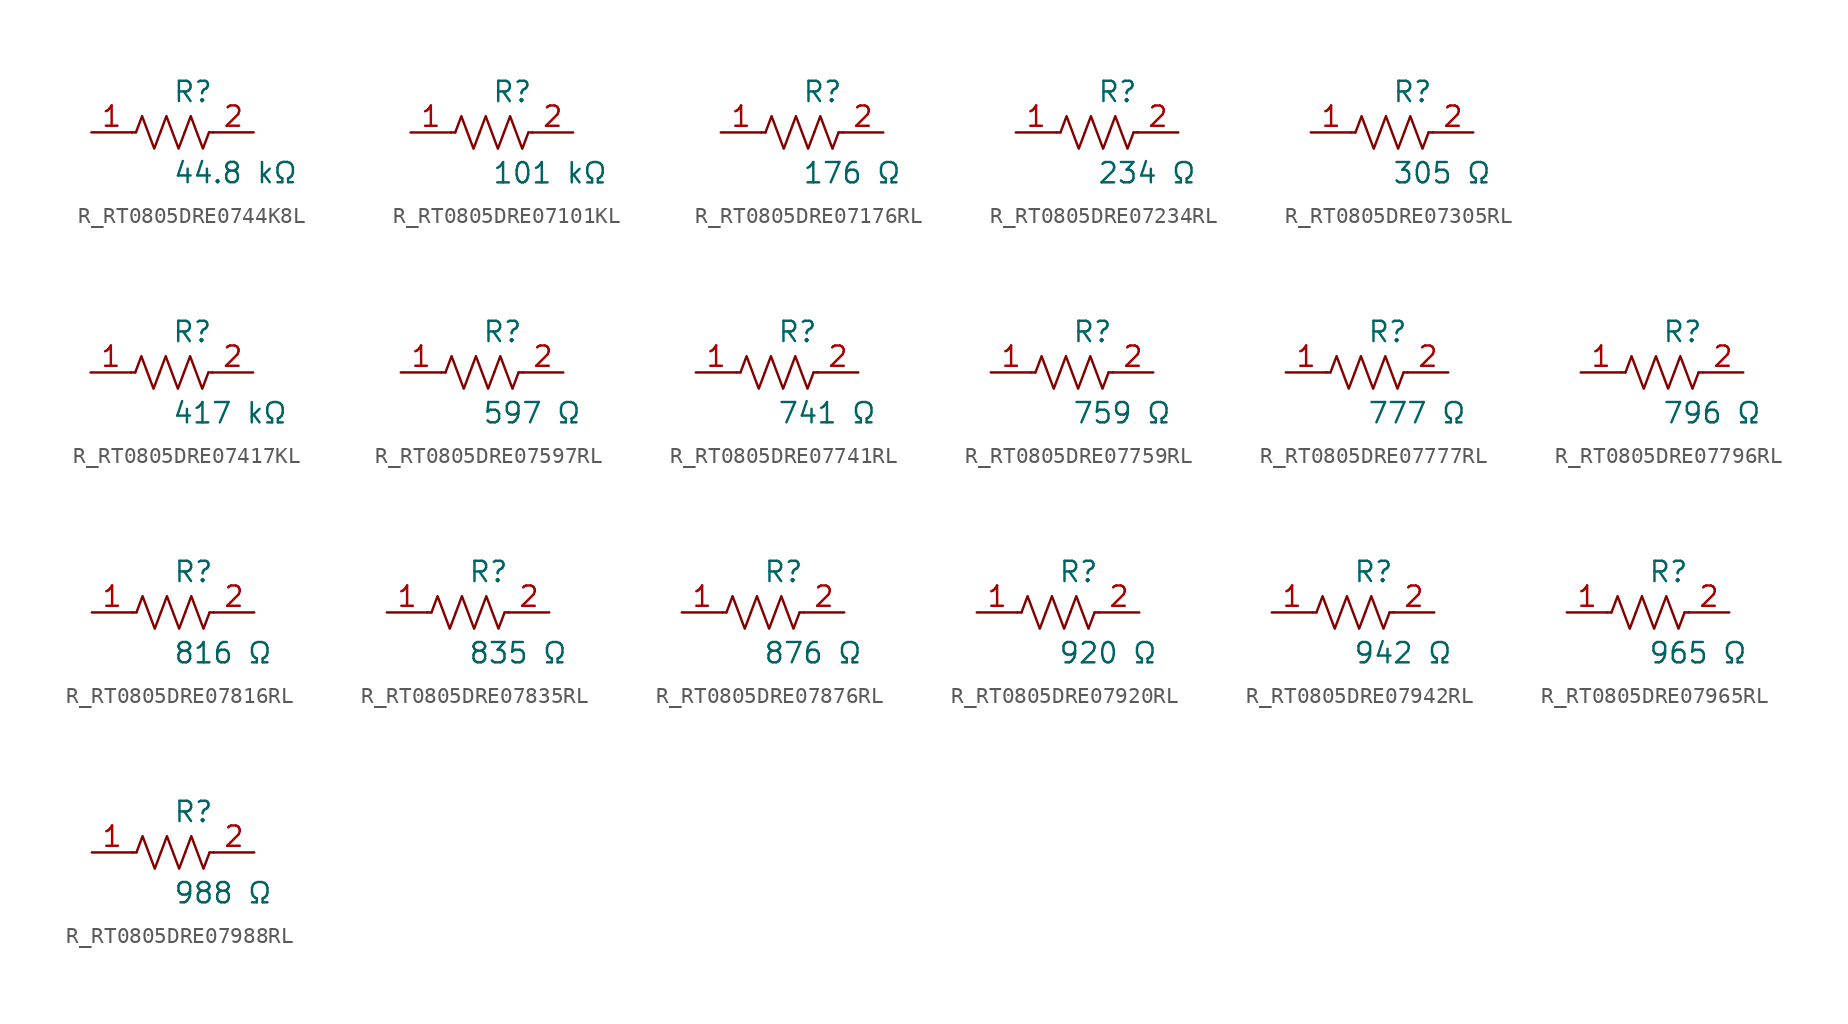
<source format=kicad_sym>
(kicad_symbol_lib
  (version 20231120)
  (generator kicad_symbol_editor)
  (generator_version 8.0)
  (symbol "R_RT0805DRE0744K8L"
    (pin_names
      (offset 0.254))
    (property "Reference" "R"
      (at 0 2.54 0)
      (effects (font (size 1.27 1.27)) (justify left)))
    (property "Value" "44.8 kΩ"
      (at 0 -2.54 0)
      (effects (font (size 1.27 1.27)) (justify left)))
    (symbol "R_RT0805DRE0744K8L_0_1"
      (polyline (pts (xy 2.286 0) (xy 2.54 0)) (stroke (width 0) (type default)) (fill (type none)))
      (polyline (pts (xy -2.286 0) (xy -2.54 0)) (stroke (width 0) (type default)) (fill (type none)))
      (polyline (pts (xy 0.762 0) (xy 1.143 1.016) (xy 1.524 0) (xy 1.905 -1.016) (xy 2.286 0)) (stroke (width 0) (type default)) (fill (type none)))
      (polyline (pts (xy -0.762 0) (xy -0.381 1.016) (xy 0 0) (xy 0.381 -1.016) (xy 0.762 0)) (stroke (width 0) (type default)) (fill (type none)))
      (polyline (pts (xy -2.286 0) (xy -1.905 1.016) (xy -1.524 0) (xy -1.143 -1.016) (xy -0.762 0)) (stroke (width 0) (type default)) (fill (type none))))
    (pin passive line
      (at -5.08 0 0)
      (length 2.54)
      (name "" (effects (font (size 1.27 1.27))))
      (number "1" (effects (font (size 1.27 1.27)))))
    (pin passive line
      (at 5.08 0 180)
      (length 2.54)
      (name "" (effects (font (size 1.27 1.27))))
      (number "2" (effects (font (size 1.27 1.27))))))
  (symbol "R_RT0805DRE07101KL"
    (pin_names
      (offset 0.254))
    (property "Reference" "R"
      (at 0 2.54 0)
      (effects (font (size 1.27 1.27)) (justify left)))
    (property "Value" "101 kΩ"
      (at 0 -2.54 0)
      (effects (font (size 1.27 1.27)) (justify left)))
    (symbol "R_RT0805DRE07101KL_0_1"
      (polyline (pts (xy 2.286 0) (xy 2.54 0)) (stroke (width 0) (type default)) (fill (type none)))
      (polyline (pts (xy -2.286 0) (xy -2.54 0)) (stroke (width 0) (type default)) (fill (type none)))
      (polyline (pts (xy 0.762 0) (xy 1.143 1.016) (xy 1.524 0) (xy 1.905 -1.016) (xy 2.286 0)) (stroke (width 0) (type default)) (fill (type none)))
      (polyline (pts (xy -0.762 0) (xy -0.381 1.016) (xy 0 0) (xy 0.381 -1.016) (xy 0.762 0)) (stroke (width 0) (type default)) (fill (type none)))
      (polyline (pts (xy -2.286 0) (xy -1.905 1.016) (xy -1.524 0) (xy -1.143 -1.016) (xy -0.762 0)) (stroke (width 0) (type default)) (fill (type none))))
    (pin passive line
      (at -5.08 0 0)
      (length 2.54)
      (name "" (effects (font (size 1.27 1.27))))
      (number "1" (effects (font (size 1.27 1.27)))))
    (pin passive line
      (at 5.08 0 180)
      (length 2.54)
      (name "" (effects (font (size 1.27 1.27))))
      (number "2" (effects (font (size 1.27 1.27))))))
  (symbol "R_RT0805DRE07176RL"
    (pin_names
      (offset 0.254))
    (property "Reference" "R"
      (at 0 2.54 0)
      (effects (font (size 1.27 1.27)) (justify left)))
    (property "Value" "176 Ω"
      (at 0 -2.54 0)
      (effects (font (size 1.27 1.27)) (justify left)))
    (symbol "R_RT0805DRE07176RL_0_1"
      (polyline (pts (xy 2.286 0) (xy 2.54 0)) (stroke (width 0) (type default)) (fill (type none)))
      (polyline (pts (xy -2.286 0) (xy -2.54 0)) (stroke (width 0) (type default)) (fill (type none)))
      (polyline (pts (xy 0.762 0) (xy 1.143 1.016) (xy 1.524 0) (xy 1.905 -1.016) (xy 2.286 0)) (stroke (width 0) (type default)) (fill (type none)))
      (polyline (pts (xy -0.762 0) (xy -0.381 1.016) (xy 0 0) (xy 0.381 -1.016) (xy 0.762 0)) (stroke (width 0) (type default)) (fill (type none)))
      (polyline (pts (xy -2.286 0) (xy -1.905 1.016) (xy -1.524 0) (xy -1.143 -1.016) (xy -0.762 0)) (stroke (width 0) (type default)) (fill (type none))))
    (pin passive line
      (at -5.08 0 0)
      (length 2.54)
      (name "" (effects (font (size 1.27 1.27))))
      (number "1" (effects (font (size 1.27 1.27)))))
    (pin passive line
      (at 5.08 0 180)
      (length 2.54)
      (name "" (effects (font (size 1.27 1.27))))
      (number "2" (effects (font (size 1.27 1.27))))))
  (symbol "R_RT0805DRE07234RL"
    (pin_names
      (offset 0.254))
    (property "Reference" "R"
      (at 0 2.54 0)
      (effects (font (size 1.27 1.27)) (justify left)))
    (property "Value" "234 Ω"
      (at 0 -2.54 0)
      (effects (font (size 1.27 1.27)) (justify left)))
    (symbol "R_RT0805DRE07234RL_0_1"
      (polyline (pts (xy 2.286 0) (xy 2.54 0)) (stroke (width 0) (type default)) (fill (type none)))
      (polyline (pts (xy -2.286 0) (xy -2.54 0)) (stroke (width 0) (type default)) (fill (type none)))
      (polyline (pts (xy 0.762 0) (xy 1.143 1.016) (xy 1.524 0) (xy 1.905 -1.016) (xy 2.286 0)) (stroke (width 0) (type default)) (fill (type none)))
      (polyline (pts (xy -0.762 0) (xy -0.381 1.016) (xy 0 0) (xy 0.381 -1.016) (xy 0.762 0)) (stroke (width 0) (type default)) (fill (type none)))
      (polyline (pts (xy -2.286 0) (xy -1.905 1.016) (xy -1.524 0) (xy -1.143 -1.016) (xy -0.762 0)) (stroke (width 0) (type default)) (fill (type none))))
    (pin passive line
      (at -5.08 0 0)
      (length 2.54)
      (name "" (effects (font (size 1.27 1.27))))
      (number "1" (effects (font (size 1.27 1.27)))))
    (pin passive line
      (at 5.08 0 180)
      (length 2.54)
      (name "" (effects (font (size 1.27 1.27))))
      (number "2" (effects (font (size 1.27 1.27))))))
  (symbol "R_RT0805DRE07305RL"
    (pin_names
      (offset 0.254))
    (property "Reference" "R"
      (at 0 2.54 0)
      (effects (font (size 1.27 1.27)) (justify left)))
    (property "Value" "305 Ω"
      (at 0 -2.54 0)
      (effects (font (size 1.27 1.27)) (justify left)))
    (symbol "R_RT0805DRE07305RL_0_1"
      (polyline (pts (xy 2.286 0) (xy 2.54 0)) (stroke (width 0) (type default)) (fill (type none)))
      (polyline (pts (xy -2.286 0) (xy -2.54 0)) (stroke (width 0) (type default)) (fill (type none)))
      (polyline (pts (xy 0.762 0) (xy 1.143 1.016) (xy 1.524 0) (xy 1.905 -1.016) (xy 2.286 0)) (stroke (width 0) (type default)) (fill (type none)))
      (polyline (pts (xy -0.762 0) (xy -0.381 1.016) (xy 0 0) (xy 0.381 -1.016) (xy 0.762 0)) (stroke (width 0) (type default)) (fill (type none)))
      (polyline (pts (xy -2.286 0) (xy -1.905 1.016) (xy -1.524 0) (xy -1.143 -1.016) (xy -0.762 0)) (stroke (width 0) (type default)) (fill (type none))))
    (pin passive line
      (at -5.08 0 0)
      (length 2.54)
      (name "" (effects (font (size 1.27 1.27))))
      (number "1" (effects (font (size 1.27 1.27)))))
    (pin passive line
      (at 5.08 0 180)
      (length 2.54)
      (name "" (effects (font (size 1.27 1.27))))
      (number "2" (effects (font (size 1.27 1.27))))))
  (symbol "R_RT0805DRE07417KL"
    (pin_names
      (offset 0.254))
    (property "Reference" "R"
      (at 0 2.54 0)
      (effects (font (size 1.27 1.27)) (justify left)))
    (property "Value" "417 kΩ"
      (at 0 -2.54 0)
      (effects (font (size 1.27 1.27)) (justify left)))
    (symbol "R_RT0805DRE07417KL_0_1"
      (polyline (pts (xy 2.286 0) (xy 2.54 0)) (stroke (width 0) (type default)) (fill (type none)))
      (polyline (pts (xy -2.286 0) (xy -2.54 0)) (stroke (width 0) (type default)) (fill (type none)))
      (polyline (pts (xy 0.762 0) (xy 1.143 1.016) (xy 1.524 0) (xy 1.905 -1.016) (xy 2.286 0)) (stroke (width 0) (type default)) (fill (type none)))
      (polyline (pts (xy -0.762 0) (xy -0.381 1.016) (xy 0 0) (xy 0.381 -1.016) (xy 0.762 0)) (stroke (width 0) (type default)) (fill (type none)))
      (polyline (pts (xy -2.286 0) (xy -1.905 1.016) (xy -1.524 0) (xy -1.143 -1.016) (xy -0.762 0)) (stroke (width 0) (type default)) (fill (type none))))
    (pin passive line
      (at -5.08 0 0)
      (length 2.54)
      (name "" (effects (font (size 1.27 1.27))))
      (number "1" (effects (font (size 1.27 1.27)))))
    (pin passive line
      (at 5.08 0 180)
      (length 2.54)
      (name "" (effects (font (size 1.27 1.27))))
      (number "2" (effects (font (size 1.27 1.27))))))
  (symbol "R_RT0805DRE07597RL"
    (pin_names
      (offset 0.254))
    (property "Reference" "R"
      (at 0 2.54 0)
      (effects (font (size 1.27 1.27)) (justify left)))
    (property "Value" "597 Ω"
      (at 0 -2.54 0)
      (effects (font (size 1.27 1.27)) (justify left)))
    (symbol "R_RT0805DRE07597RL_0_1"
      (polyline (pts (xy 2.286 0) (xy 2.54 0)) (stroke (width 0) (type default)) (fill (type none)))
      (polyline (pts (xy -2.286 0) (xy -2.54 0)) (stroke (width 0) (type default)) (fill (type none)))
      (polyline (pts (xy 0.762 0) (xy 1.143 1.016) (xy 1.524 0) (xy 1.905 -1.016) (xy 2.286 0)) (stroke (width 0) (type default)) (fill (type none)))
      (polyline (pts (xy -0.762 0) (xy -0.381 1.016) (xy 0 0) (xy 0.381 -1.016) (xy 0.762 0)) (stroke (width 0) (type default)) (fill (type none)))
      (polyline (pts (xy -2.286 0) (xy -1.905 1.016) (xy -1.524 0) (xy -1.143 -1.016) (xy -0.762 0)) (stroke (width 0) (type default)) (fill (type none))))
    (pin passive line
      (at -5.08 0 0)
      (length 2.54)
      (name "" (effects (font (size 1.27 1.27))))
      (number "1" (effects (font (size 1.27 1.27)))))
    (pin passive line
      (at 5.08 0 180)
      (length 2.54)
      (name "" (effects (font (size 1.27 1.27))))
      (number "2" (effects (font (size 1.27 1.27))))))
  (symbol "R_RT0805DRE07741RL"
    (pin_names
      (offset 0.254))
    (property "Reference" "R"
      (at 0 2.54 0)
      (effects (font (size 1.27 1.27)) (justify left)))
    (property "Value" "741 Ω"
      (at 0 -2.54 0)
      (effects (font (size 1.27 1.27)) (justify left)))
    (symbol "R_RT0805DRE07741RL_0_1"
      (polyline (pts (xy 2.286 0) (xy 2.54 0)) (stroke (width 0) (type default)) (fill (type none)))
      (polyline (pts (xy -2.286 0) (xy -2.54 0)) (stroke (width 0) (type default)) (fill (type none)))
      (polyline (pts (xy 0.762 0) (xy 1.143 1.016) (xy 1.524 0) (xy 1.905 -1.016) (xy 2.286 0)) (stroke (width 0) (type default)) (fill (type none)))
      (polyline (pts (xy -0.762 0) (xy -0.381 1.016) (xy 0 0) (xy 0.381 -1.016) (xy 0.762 0)) (stroke (width 0) (type default)) (fill (type none)))
      (polyline (pts (xy -2.286 0) (xy -1.905 1.016) (xy -1.524 0) (xy -1.143 -1.016) (xy -0.762 0)) (stroke (width 0) (type default)) (fill (type none))))
    (pin passive line
      (at -5.08 0 0)
      (length 2.54)
      (name "" (effects (font (size 1.27 1.27))))
      (number "1" (effects (font (size 1.27 1.27)))))
    (pin passive line
      (at 5.08 0 180)
      (length 2.54)
      (name "" (effects (font (size 1.27 1.27))))
      (number "2" (effects (font (size 1.27 1.27))))))
  (symbol "R_RT0805DRE07759RL"
    (pin_names
      (offset 0.254))
    (property "Reference" "R"
      (at 0 2.54 0)
      (effects (font (size 1.27 1.27)) (justify left)))
    (property "Value" "759 Ω"
      (at 0 -2.54 0)
      (effects (font (size 1.27 1.27)) (justify left)))
    (symbol "R_RT0805DRE07759RL_0_1"
      (polyline (pts (xy 2.286 0) (xy 2.54 0)) (stroke (width 0) (type default)) (fill (type none)))
      (polyline (pts (xy -2.286 0) (xy -2.54 0)) (stroke (width 0) (type default)) (fill (type none)))
      (polyline (pts (xy 0.762 0) (xy 1.143 1.016) (xy 1.524 0) (xy 1.905 -1.016) (xy 2.286 0)) (stroke (width 0) (type default)) (fill (type none)))
      (polyline (pts (xy -0.762 0) (xy -0.381 1.016) (xy 0 0) (xy 0.381 -1.016) (xy 0.762 0)) (stroke (width 0) (type default)) (fill (type none)))
      (polyline (pts (xy -2.286 0) (xy -1.905 1.016) (xy -1.524 0) (xy -1.143 -1.016) (xy -0.762 0)) (stroke (width 0) (type default)) (fill (type none))))
    (pin passive line
      (at -5.08 0 0)
      (length 2.54)
      (name "" (effects (font (size 1.27 1.27))))
      (number "1" (effects (font (size 1.27 1.27)))))
    (pin passive line
      (at 5.08 0 180)
      (length 2.54)
      (name "" (effects (font (size 1.27 1.27))))
      (number "2" (effects (font (size 1.27 1.27))))))
  (symbol "R_RT0805DRE07777RL"
    (pin_names
      (offset 0.254))
    (property "Reference" "R"
      (at 0 2.54 0)
      (effects (font (size 1.27 1.27)) (justify left)))
    (property "Value" "777 Ω"
      (at 0 -2.54 0)
      (effects (font (size 1.27 1.27)) (justify left)))
    (symbol "R_RT0805DRE07777RL_0_1"
      (polyline (pts (xy 2.286 0) (xy 2.54 0)) (stroke (width 0) (type default)) (fill (type none)))
      (polyline (pts (xy -2.286 0) (xy -2.54 0)) (stroke (width 0) (type default)) (fill (type none)))
      (polyline (pts (xy 0.762 0) (xy 1.143 1.016) (xy 1.524 0) (xy 1.905 -1.016) (xy 2.286 0)) (stroke (width 0) (type default)) (fill (type none)))
      (polyline (pts (xy -0.762 0) (xy -0.381 1.016) (xy 0 0) (xy 0.381 -1.016) (xy 0.762 0)) (stroke (width 0) (type default)) (fill (type none)))
      (polyline (pts (xy -2.286 0) (xy -1.905 1.016) (xy -1.524 0) (xy -1.143 -1.016) (xy -0.762 0)) (stroke (width 0) (type default)) (fill (type none))))
    (pin passive line
      (at -5.08 0 0)
      (length 2.54)
      (name "" (effects (font (size 1.27 1.27))))
      (number "1" (effects (font (size 1.27 1.27)))))
    (pin passive line
      (at 5.08 0 180)
      (length 2.54)
      (name "" (effects (font (size 1.27 1.27))))
      (number "2" (effects (font (size 1.27 1.27))))))
  (symbol "R_RT0805DRE07796RL"
    (pin_names
      (offset 0.254))
    (property "Reference" "R"
      (at 0 2.54 0)
      (effects (font (size 1.27 1.27)) (justify left)))
    (property "Value" "796 Ω"
      (at 0 -2.54 0)
      (effects (font (size 1.27 1.27)) (justify left)))
    (symbol "R_RT0805DRE07796RL_0_1"
      (polyline (pts (xy 2.286 0) (xy 2.54 0)) (stroke (width 0) (type default)) (fill (type none)))
      (polyline (pts (xy -2.286 0) (xy -2.54 0)) (stroke (width 0) (type default)) (fill (type none)))
      (polyline (pts (xy 0.762 0) (xy 1.143 1.016) (xy 1.524 0) (xy 1.905 -1.016) (xy 2.286 0)) (stroke (width 0) (type default)) (fill (type none)))
      (polyline (pts (xy -0.762 0) (xy -0.381 1.016) (xy 0 0) (xy 0.381 -1.016) (xy 0.762 0)) (stroke (width 0) (type default)) (fill (type none)))
      (polyline (pts (xy -2.286 0) (xy -1.905 1.016) (xy -1.524 0) (xy -1.143 -1.016) (xy -0.762 0)) (stroke (width 0) (type default)) (fill (type none))))
    (pin passive line
      (at -5.08 0 0)
      (length 2.54)
      (name "" (effects (font (size 1.27 1.27))))
      (number "1" (effects (font (size 1.27 1.27)))))
    (pin passive line
      (at 5.08 0 180)
      (length 2.54)
      (name "" (effects (font (size 1.27 1.27))))
      (number "2" (effects (font (size 1.27 1.27))))))
  (symbol "R_RT0805DRE07816RL"
    (pin_names
      (offset 0.254))
    (property "Reference" "R"
      (at 0 2.54 0)
      (effects (font (size 1.27 1.27)) (justify left)))
    (property "Value" "816 Ω"
      (at 0 -2.54 0)
      (effects (font (size 1.27 1.27)) (justify left)))
    (symbol "R_RT0805DRE07816RL_0_1"
      (polyline (pts (xy 2.286 0) (xy 2.54 0)) (stroke (width 0) (type default)) (fill (type none)))
      (polyline (pts (xy -2.286 0) (xy -2.54 0)) (stroke (width 0) (type default)) (fill (type none)))
      (polyline (pts (xy 0.762 0) (xy 1.143 1.016) (xy 1.524 0) (xy 1.905 -1.016) (xy 2.286 0)) (stroke (width 0) (type default)) (fill (type none)))
      (polyline (pts (xy -0.762 0) (xy -0.381 1.016) (xy 0 0) (xy 0.381 -1.016) (xy 0.762 0)) (stroke (width 0) (type default)) (fill (type none)))
      (polyline (pts (xy -2.286 0) (xy -1.905 1.016) (xy -1.524 0) (xy -1.143 -1.016) (xy -0.762 0)) (stroke (width 0) (type default)) (fill (type none))))
    (pin passive line
      (at -5.08 0 0)
      (length 2.54)
      (name "" (effects (font (size 1.27 1.27))))
      (number "1" (effects (font (size 1.27 1.27)))))
    (pin passive line
      (at 5.08 0 180)
      (length 2.54)
      (name "" (effects (font (size 1.27 1.27))))
      (number "2" (effects (font (size 1.27 1.27))))))
  (symbol "R_RT0805DRE07835RL"
    (pin_names
      (offset 0.254))
    (property "Reference" "R"
      (at 0 2.54 0)
      (effects (font (size 1.27 1.27)) (justify left)))
    (property "Value" "835 Ω"
      (at 0 -2.54 0)
      (effects (font (size 1.27 1.27)) (justify left)))
    (symbol "R_RT0805DRE07835RL_0_1"
      (polyline (pts (xy 2.286 0) (xy 2.54 0)) (stroke (width 0) (type default)) (fill (type none)))
      (polyline (pts (xy -2.286 0) (xy -2.54 0)) (stroke (width 0) (type default)) (fill (type none)))
      (polyline (pts (xy 0.762 0) (xy 1.143 1.016) (xy 1.524 0) (xy 1.905 -1.016) (xy 2.286 0)) (stroke (width 0) (type default)) (fill (type none)))
      (polyline (pts (xy -0.762 0) (xy -0.381 1.016) (xy 0 0) (xy 0.381 -1.016) (xy 0.762 0)) (stroke (width 0) (type default)) (fill (type none)))
      (polyline (pts (xy -2.286 0) (xy -1.905 1.016) (xy -1.524 0) (xy -1.143 -1.016) (xy -0.762 0)) (stroke (width 0) (type default)) (fill (type none))))
    (pin passive line
      (at -5.08 0 0)
      (length 2.54)
      (name "" (effects (font (size 1.27 1.27))))
      (number "1" (effects (font (size 1.27 1.27)))))
    (pin passive line
      (at 5.08 0 180)
      (length 2.54)
      (name "" (effects (font (size 1.27 1.27))))
      (number "2" (effects (font (size 1.27 1.27))))))
  (symbol "R_RT0805DRE07876RL"
    (pin_names
      (offset 0.254))
    (property "Reference" "R"
      (at 0 2.54 0)
      (effects (font (size 1.27 1.27)) (justify left)))
    (property "Value" "876 Ω"
      (at 0 -2.54 0)
      (effects (font (size 1.27 1.27)) (justify left)))
    (symbol "R_RT0805DRE07876RL_0_1"
      (polyline (pts (xy 2.286 0) (xy 2.54 0)) (stroke (width 0) (type default)) (fill (type none)))
      (polyline (pts (xy -2.286 0) (xy -2.54 0)) (stroke (width 0) (type default)) (fill (type none)))
      (polyline (pts (xy 0.762 0) (xy 1.143 1.016) (xy 1.524 0) (xy 1.905 -1.016) (xy 2.286 0)) (stroke (width 0) (type default)) (fill (type none)))
      (polyline (pts (xy -0.762 0) (xy -0.381 1.016) (xy 0 0) (xy 0.381 -1.016) (xy 0.762 0)) (stroke (width 0) (type default)) (fill (type none)))
      (polyline (pts (xy -2.286 0) (xy -1.905 1.016) (xy -1.524 0) (xy -1.143 -1.016) (xy -0.762 0)) (stroke (width 0) (type default)) (fill (type none))))
    (pin passive line
      (at -5.08 0 0)
      (length 2.54)
      (name "" (effects (font (size 1.27 1.27))))
      (number "1" (effects (font (size 1.27 1.27)))))
    (pin passive line
      (at 5.08 0 180)
      (length 2.54)
      (name "" (effects (font (size 1.27 1.27))))
      (number "2" (effects (font (size 1.27 1.27))))))
  (symbol "R_RT0805DRE07920RL"
    (pin_names
      (offset 0.254))
    (property "Reference" "R"
      (at 0 2.54 0)
      (effects (font (size 1.27 1.27)) (justify left)))
    (property "Value" "920 Ω"
      (at 0 -2.54 0)
      (effects (font (size 1.27 1.27)) (justify left)))
    (symbol "R_RT0805DRE07920RL_0_1"
      (polyline (pts (xy 2.286 0) (xy 2.54 0)) (stroke (width 0) (type default)) (fill (type none)))
      (polyline (pts (xy -2.286 0) (xy -2.54 0)) (stroke (width 0) (type default)) (fill (type none)))
      (polyline (pts (xy 0.762 0) (xy 1.143 1.016) (xy 1.524 0) (xy 1.905 -1.016) (xy 2.286 0)) (stroke (width 0) (type default)) (fill (type none)))
      (polyline (pts (xy -0.762 0) (xy -0.381 1.016) (xy 0 0) (xy 0.381 -1.016) (xy 0.762 0)) (stroke (width 0) (type default)) (fill (type none)))
      (polyline (pts (xy -2.286 0) (xy -1.905 1.016) (xy -1.524 0) (xy -1.143 -1.016) (xy -0.762 0)) (stroke (width 0) (type default)) (fill (type none))))
    (pin passive line
      (at -5.08 0 0)
      (length 2.54)
      (name "" (effects (font (size 1.27 1.27))))
      (number "1" (effects (font (size 1.27 1.27)))))
    (pin passive line
      (at 5.08 0 180)
      (length 2.54)
      (name "" (effects (font (size 1.27 1.27))))
      (number "2" (effects (font (size 1.27 1.27))))))
  (symbol "R_RT0805DRE07942RL"
    (pin_names
      (offset 0.254))
    (property "Reference" "R"
      (at 0 2.54 0)
      (effects (font (size 1.27 1.27)) (justify left)))
    (property "Value" "942 Ω"
      (at 0 -2.54 0)
      (effects (font (size 1.27 1.27)) (justify left)))
    (symbol "R_RT0805DRE07942RL_0_1"
      (polyline (pts (xy 2.286 0) (xy 2.54 0)) (stroke (width 0) (type default)) (fill (type none)))
      (polyline (pts (xy -2.286 0) (xy -2.54 0)) (stroke (width 0) (type default)) (fill (type none)))
      (polyline (pts (xy 0.762 0) (xy 1.143 1.016) (xy 1.524 0) (xy 1.905 -1.016) (xy 2.286 0)) (stroke (width 0) (type default)) (fill (type none)))
      (polyline (pts (xy -0.762 0) (xy -0.381 1.016) (xy 0 0) (xy 0.381 -1.016) (xy 0.762 0)) (stroke (width 0) (type default)) (fill (type none)))
      (polyline (pts (xy -2.286 0) (xy -1.905 1.016) (xy -1.524 0) (xy -1.143 -1.016) (xy -0.762 0)) (stroke (width 0) (type default)) (fill (type none))))
    (pin passive line
      (at -5.08 0 0)
      (length 2.54)
      (name "" (effects (font (size 1.27 1.27))))
      (number "1" (effects (font (size 1.27 1.27)))))
    (pin passive line
      (at 5.08 0 180)
      (length 2.54)
      (name "" (effects (font (size 1.27 1.27))))
      (number "2" (effects (font (size 1.27 1.27))))))
  (symbol "R_RT0805DRE07965RL"
    (pin_names
      (offset 0.254))
    (property "Reference" "R"
      (at 0 2.54 0)
      (effects (font (size 1.27 1.27)) (justify left)))
    (property "Value" "965 Ω"
      (at 0 -2.54 0)
      (effects (font (size 1.27 1.27)) (justify left)))
    (symbol "R_RT0805DRE07965RL_0_1"
      (polyline (pts (xy 2.286 0) (xy 2.54 0)) (stroke (width 0) (type default)) (fill (type none)))
      (polyline (pts (xy -2.286 0) (xy -2.54 0)) (stroke (width 0) (type default)) (fill (type none)))
      (polyline (pts (xy 0.762 0) (xy 1.143 1.016) (xy 1.524 0) (xy 1.905 -1.016) (xy 2.286 0)) (stroke (width 0) (type default)) (fill (type none)))
      (polyline (pts (xy -0.762 0) (xy -0.381 1.016) (xy 0 0) (xy 0.381 -1.016) (xy 0.762 0)) (stroke (width 0) (type default)) (fill (type none)))
      (polyline (pts (xy -2.286 0) (xy -1.905 1.016) (xy -1.524 0) (xy -1.143 -1.016) (xy -0.762 0)) (stroke (width 0) (type default)) (fill (type none))))
    (pin passive line
      (at -5.08 0 0)
      (length 2.54)
      (name "" (effects (font (size 1.27 1.27))))
      (number "1" (effects (font (size 1.27 1.27)))))
    (pin passive line
      (at 5.08 0 180)
      (length 2.54)
      (name "" (effects (font (size 1.27 1.27))))
      (number "2" (effects (font (size 1.27 1.27))))))
  (symbol "R_RT0805DRE07988RL"
    (pin_names
      (offset 0.254))
    (property "Reference" "R"
      (at 0 2.54 0)
      (effects (font (size 1.27 1.27)) (justify left)))
    (property "Value" "988 Ω"
      (at 0 -2.54 0)
      (effects (font (size 1.27 1.27)) (justify left)))
    (symbol "R_RT0805DRE07988RL_0_1"
      (polyline (pts (xy 2.286 0) (xy 2.54 0)) (stroke (width 0) (type default)) (fill (type none)))
      (polyline (pts (xy -2.286 0) (xy -2.54 0)) (stroke (width 0) (type default)) (fill (type none)))
      (polyline (pts (xy 0.762 0) (xy 1.143 1.016) (xy 1.524 0) (xy 1.905 -1.016) (xy 2.286 0)) (stroke (width 0) (type default)) (fill (type none)))
      (polyline (pts (xy -0.762 0) (xy -0.381 1.016) (xy 0 0) (xy 0.381 -1.016) (xy 0.762 0)) (stroke (width 0) (type default)) (fill (type none)))
      (polyline (pts (xy -2.286 0) (xy -1.905 1.016) (xy -1.524 0) (xy -1.143 -1.016) (xy -0.762 0)) (stroke (width 0) (type default)) (fill (type none))))
    (pin passive line
      (at -5.08 0 0)
      (length 2.54)
      (name "" (effects (font (size 1.27 1.27))))
      (number "1" (effects (font (size 1.27 1.27)))))
    (pin passive line
      (at 5.08 0 180)
      (length 2.54)
      (name "" (effects (font (size 1.27 1.27))))
      (number "2" (effects (font (size 1.27 1.27)))))))
</source>
